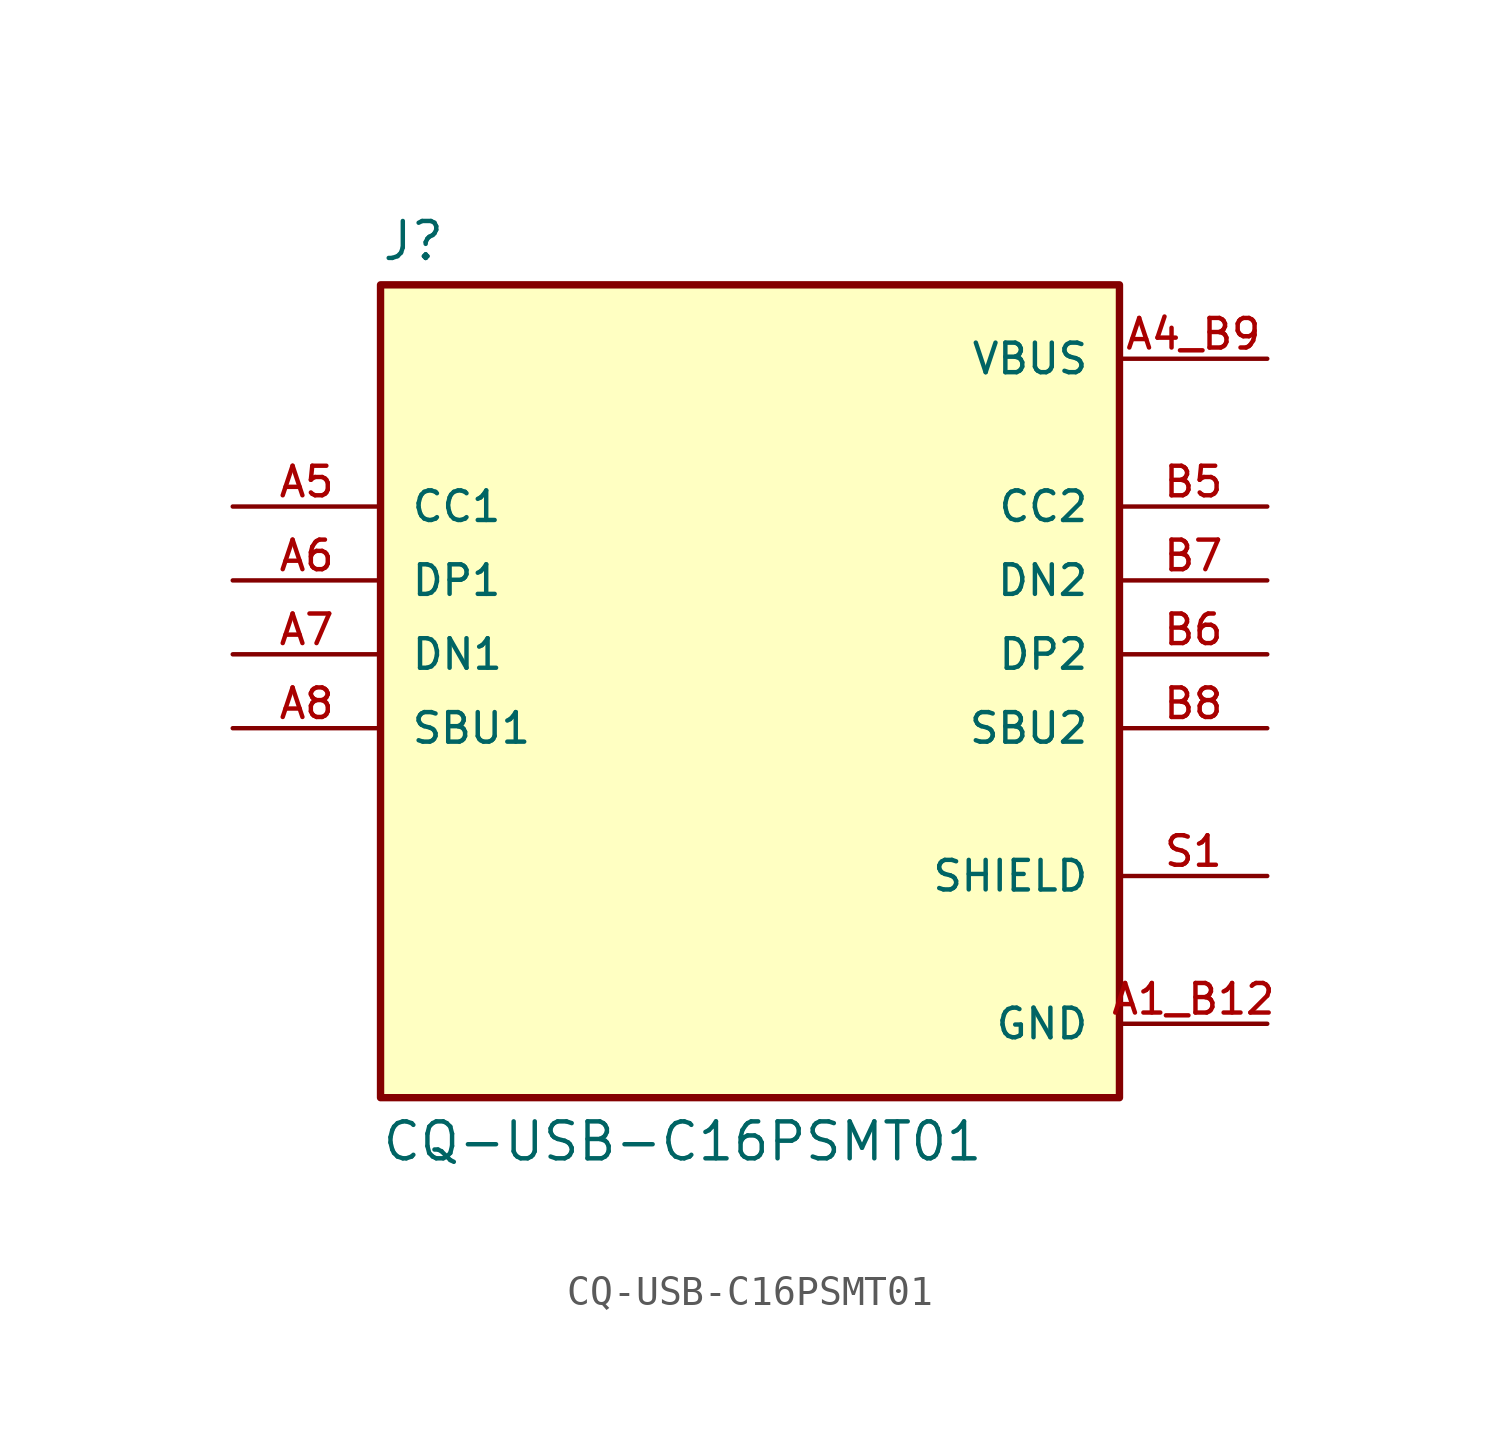
<source format=kicad_sym>
(kicad_symbol_lib
  (version 20211014)
  (generator kicad_symbol_editor)
  (symbol "CQ-USB-C16PSMT01"
    (pin_names
      (offset 1.016))
    (property "Reference" "J"
      (at -12.7 13.462 0)
      (effects (font (size 1.27 1.27)) (justify bottom left)))
    (property "Value" "CQ-USB-C16PSMT01"
      (at -12.7 -16.002 0)
      (effects (font (size 1.27 1.27)) (justify top left)))
    (symbol "CQ-USB-C16PSMT01_0_0"
      (rectangle (start -12.7 -15.24) (end 12.7 12.7) (stroke (width 0.254)) (fill (type background)))
      (pin power_in line (at 17.78 10.16 180.0) (length 5.08) (name "VBUS" (effects (font (size 1.016 1.016)))) (number "A4_B9" (effects (font (size 1.016 1.016)))))
      (pin power_in line (at 17.78 10.16 180.0) (length 5.08) hide (name "VBUS" (effects (font (size 1.016 1.016)))) (number "B4_A9" (effects (font (size 1.016 1.016)))))
      (pin bidirectional line (at -17.78 5.08 0) (length 5.08) (name "CC1" (effects (font (size 1.016 1.016)))) (number "A5" (effects (font (size 1.016 1.016)))))
      (pin bidirectional line (at -17.78 2.54 0) (length 5.08) (name "DP1" (effects (font (size 1.016 1.016)))) (number "A6" (effects (font (size 1.016 1.016)))))
      (pin bidirectional line (at -17.78 0.0 0) (length 5.08) (name "DN1" (effects (font (size 1.016 1.016)))) (number "A7" (effects (font (size 1.016 1.016)))))
      (pin bidirectional line (at -17.78 -2.54 0) (length 5.08) (name "SBU1" (effects (font (size 1.016 1.016)))) (number "A8" (effects (font (size 1.016 1.016)))))
      (pin bidirectional line (at 17.78 5.08 180.0) (length 5.08) (name "CC2" (effects (font (size 1.016 1.016)))) (number "B5" (effects (font (size 1.016 1.016)))))
      (pin bidirectional line (at 17.78 2.54 180.0) (length 5.08) (name "DN2" (effects (font (size 1.016 1.016)))) (number "B7" (effects (font (size 1.016 1.016)))))
      (pin bidirectional line (at 17.78 0.0 180.0) (length 5.08) (name "DP2" (effects (font (size 1.016 1.016)))) (number "B6" (effects (font (size 1.016 1.016)))))
      (pin bidirectional line (at 17.78 -2.54 180.0) (length 5.08) (name "SBU2" (effects (font (size 1.016 1.016)))) (number "B8" (effects (font (size 1.016 1.016)))))
      (pin power_in line (at 17.78 -12.7 180.0) (length 5.08) (name "GND" (effects (font (size 1.016 1.016)))) (number "A1_B12" (effects (font (size 1.016 1.016)))))
      (pin power_in line (at 17.78 -12.7 180.0) (length 5.08) hide (name "GND" (effects (font (size 1.016 1.016)))) (number "B1_A12" (effects (font (size 1.016 1.016)))))
      (pin passive line (at 17.78 -7.62 180.0) (length 5.08) (name "SHIELD" (effects (font (size 1.016 1.016)))) (number "S1" (effects (font (size 1.016 1.016)))))
      (pin passive line (at 17.78 -7.62 180.0) (length 5.08) hide (name "SHIELD" (effects (font (size 1.016 1.016)))) (number "S2" (effects (font (size 1.016 1.016)))))
      (pin passive line (at 17.78 -7.62 180.0) (length 5.08) hide (name "SHIELD" (effects (font (size 1.016 1.016)))) (number "S3" (effects (font (size 1.016 1.016)))))
      (pin passive line (at 17.78 -7.62 180.0) (length 5.08) hide (name "SHIELD" (effects (font (size 1.016 1.016)))) (number "S4" (effects (font (size 1.016 1.016))))))))
</source>
